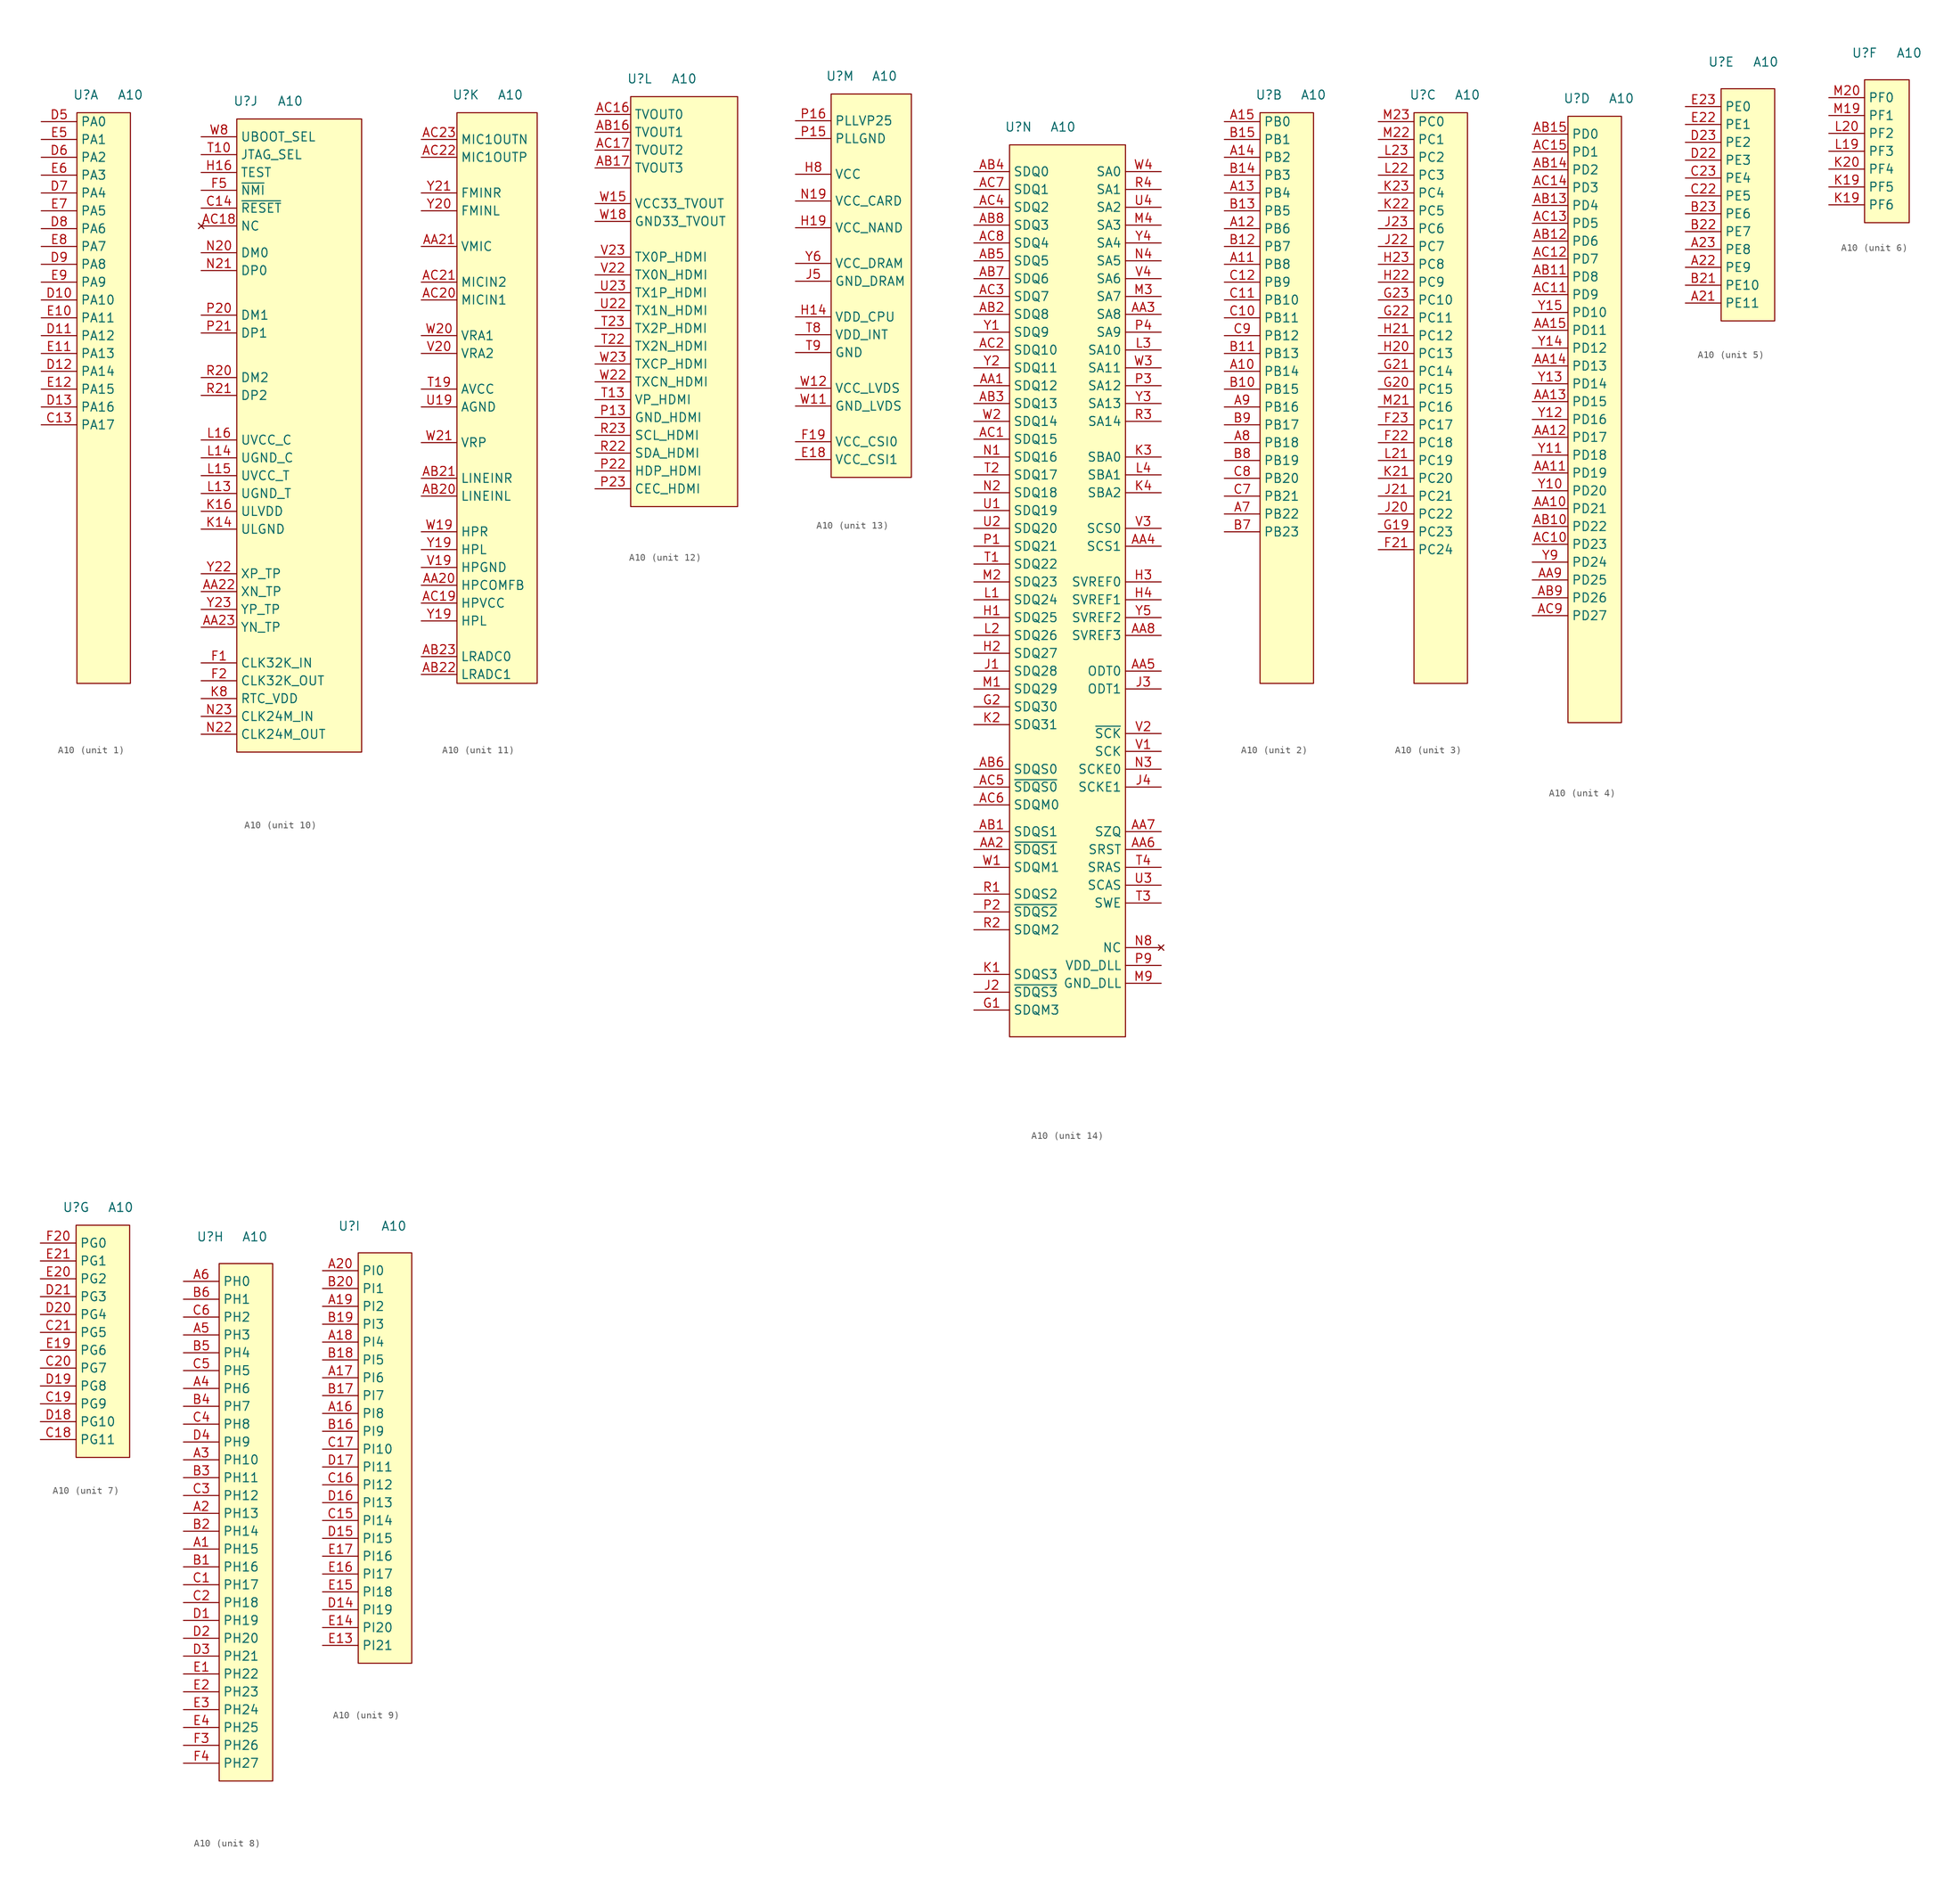
<source format=kicad_sym>
(kicad_symbol_lib
  (version 20211014)
  (generator kicad_symbol_editor)
  (symbol "A10"
    (property "Reference" "U"
      (at -2.54 2.54 0)
      (effects (font (size 1.27 1.27))))
    (property "Value" "A10"
      (at 3.81 2.54 0)
      (effects (font (size 1.27 1.27))))
    (property "ki_locked" ""
      (at 0 0 0)
      (effects (font (size 1.27 1.27))))
    (symbol "A10_1_0"
      (pin passive line (at -8.89 -44.45 0) (length 5.08) (name "PA17" (effects (font (size 1.27 1.27)))) (number "C13" (effects (font (size 1.27 1.27)))))
      (pin passive line (at -8.89 -26.67 0) (length 5.08) (name "PA10" (effects (font (size 1.27 1.27)))) (number "D10" (effects (font (size 1.27 1.27)))))
      (pin passive line (at -8.89 -31.75 0) (length 5.08) (name "PA12" (effects (font (size 1.27 1.27)))) (number "D11" (effects (font (size 1.27 1.27)))))
      (pin passive line (at -8.89 -36.83 0) (length 5.08) (name "PA14" (effects (font (size 1.27 1.27)))) (number "D12" (effects (font (size 1.27 1.27)))))
      (pin passive line (at -8.89 -41.91 0) (length 5.08) (name "PA16" (effects (font (size 1.27 1.27)))) (number "D13" (effects (font (size 1.27 1.27)))))
      (pin passive line (at -8.89 -1.27 0) (length 5.08) (name "PA0" (effects (font (size 1.27 1.27)))) (number "D5" (effects (font (size 1.27 1.27)))))
      (pin passive line (at -8.89 -6.35 0) (length 5.08) (name "PA2" (effects (font (size 1.27 1.27)))) (number "D6" (effects (font (size 1.27 1.27)))))
      (pin passive line (at -8.89 -11.43 0) (length 5.08) (name "PA4" (effects (font (size 1.27 1.27)))) (number "D7" (effects (font (size 1.27 1.27)))))
      (pin passive line (at -8.89 -16.51 0) (length 5.08) (name "PA6" (effects (font (size 1.27 1.27)))) (number "D8" (effects (font (size 1.27 1.27)))))
      (pin passive line (at -8.89 -21.59 0) (length 5.08) (name "PA8" (effects (font (size 1.27 1.27)))) (number "D9" (effects (font (size 1.27 1.27)))))
      (pin passive line (at -8.89 -29.21 0) (length 5.08) (name "PA11" (effects (font (size 1.27 1.27)))) (number "E10" (effects (font (size 1.27 1.27)))))
      (pin passive line (at -8.89 -34.29 0) (length 5.08) (name "PA13" (effects (font (size 1.27 1.27)))) (number "E11" (effects (font (size 1.27 1.27)))))
      (pin passive line (at -8.89 -39.37 0) (length 5.08) (name "PA15" (effects (font (size 1.27 1.27)))) (number "E12" (effects (font (size 1.27 1.27)))))
      (pin passive line (at -8.89 -3.81 0) (length 5.08) (name "PA1" (effects (font (size 1.27 1.27)))) (number "E5" (effects (font (size 1.27 1.27)))))
      (pin passive line (at -8.89 -8.89 0) (length 5.08) (name "PA3" (effects (font (size 1.27 1.27)))) (number "E6" (effects (font (size 1.27 1.27)))))
      (pin passive line (at -8.89 -13.97 0) (length 5.08) (name "PA5" (effects (font (size 1.27 1.27)))) (number "E7" (effects (font (size 1.27 1.27)))))
      (pin passive line (at -8.89 -19.05 0) (length 5.08) (name "PA7" (effects (font (size 1.27 1.27)))) (number "E8" (effects (font (size 1.27 1.27)))))
      (pin passive line (at -8.89 -24.13 0) (length 5.08) (name "PA9" (effects (font (size 1.27 1.27)))) (number "E9" (effects (font (size 1.27 1.27))))))
    (symbol "A10_1_1"
      (rectangle (start -3.81 0) (end 3.81 -81.28) (stroke (width 0.152) (type default) (color 0 0 0 0)) (fill (type background))))
    (symbol "A10_2_0"
      (pin passive line (at -8.89 -36.83 0) (length 5.08) (name "PB14" (effects (font (size 1.27 1.27)))) (number "A10" (effects (font (size 1.27 1.27)))))
      (pin passive line (at -8.89 -21.59 0) (length 5.08) (name "PB8" (effects (font (size 1.27 1.27)))) (number "A11" (effects (font (size 1.27 1.27)))))
      (pin passive line (at -8.89 -16.51 0) (length 5.08) (name "PB6" (effects (font (size 1.27 1.27)))) (number "A12" (effects (font (size 1.27 1.27)))))
      (pin passive line (at -8.89 -11.43 0) (length 5.08) (name "PB4" (effects (font (size 1.27 1.27)))) (number "A13" (effects (font (size 1.27 1.27)))))
      (pin passive line (at -8.89 -6.35 0) (length 5.08) (name "PB2" (effects (font (size 1.27 1.27)))) (number "A14" (effects (font (size 1.27 1.27)))))
      (pin passive line (at -8.89 -1.27 0) (length 5.08) (name "PB0" (effects (font (size 1.27 1.27)))) (number "A15" (effects (font (size 1.27 1.27)))))
      (pin passive line (at -8.89 -57.15 0) (length 5.08) (name "PB22" (effects (font (size 1.27 1.27)))) (number "A7" (effects (font (size 1.27 1.27)))))
      (pin passive line (at -8.89 -46.99 0) (length 5.08) (name "PB18" (effects (font (size 1.27 1.27)))) (number "A8" (effects (font (size 1.27 1.27)))))
      (pin passive line (at -8.89 -41.91 0) (length 5.08) (name "PB16" (effects (font (size 1.27 1.27)))) (number "A9" (effects (font (size 1.27 1.27)))))
      (pin passive line (at -8.89 -39.37 0) (length 5.08) (name "PB15" (effects (font (size 1.27 1.27)))) (number "B10" (effects (font (size 1.27 1.27)))))
      (pin passive line (at -8.89 -34.29 0) (length 5.08) (name "PB13" (effects (font (size 1.27 1.27)))) (number "B11" (effects (font (size 1.27 1.27)))))
      (pin passive line (at -8.89 -19.05 0) (length 5.08) (name "PB7" (effects (font (size 1.27 1.27)))) (number "B12" (effects (font (size 1.27 1.27)))))
      (pin passive line (at -8.89 -13.97 0) (length 5.08) (name "PB5" (effects (font (size 1.27 1.27)))) (number "B13" (effects (font (size 1.27 1.27)))))
      (pin passive line (at -8.89 -8.89 0) (length 5.08) (name "PB3" (effects (font (size 1.27 1.27)))) (number "B14" (effects (font (size 1.27 1.27)))))
      (pin passive line (at -8.89 -3.81 0) (length 5.08) (name "PB1" (effects (font (size 1.27 1.27)))) (number "B15" (effects (font (size 1.27 1.27)))))
      (pin passive line (at -8.89 -59.69 0) (length 5.08) (name "PB23" (effects (font (size 1.27 1.27)))) (number "B7" (effects (font (size 1.27 1.27)))))
      (pin passive line (at -8.89 -49.53 0) (length 5.08) (name "PB19" (effects (font (size 1.27 1.27)))) (number "B8" (effects (font (size 1.27 1.27)))))
      (pin passive line (at -8.89 -44.45 0) (length 5.08) (name "PB17" (effects (font (size 1.27 1.27)))) (number "B9" (effects (font (size 1.27 1.27)))))
      (pin passive line (at -8.89 -29.21 0) (length 5.08) (name "PB11" (effects (font (size 1.27 1.27)))) (number "C10" (effects (font (size 1.27 1.27)))))
      (pin passive line (at -8.89 -26.67 0) (length 5.08) (name "PB10" (effects (font (size 1.27 1.27)))) (number "C11" (effects (font (size 1.27 1.27)))))
      (pin passive line (at -8.89 -24.13 0) (length 5.08) (name "PB9" (effects (font (size 1.27 1.27)))) (number "C12" (effects (font (size 1.27 1.27)))))
      (pin passive line (at -8.89 -54.61 0) (length 5.08) (name "PB21" (effects (font (size 1.27 1.27)))) (number "C7" (effects (font (size 1.27 1.27)))))
      (pin passive line (at -8.89 -52.07 0) (length 5.08) (name "PB20" (effects (font (size 1.27 1.27)))) (number "C8" (effects (font (size 1.27 1.27)))))
      (pin passive line (at -8.89 -31.75 0) (length 5.08) (name "PB12" (effects (font (size 1.27 1.27)))) (number "C9" (effects (font (size 1.27 1.27))))))
    (symbol "A10_2_1"
      (rectangle (start -3.81 0) (end 3.81 -81.28) (stroke (width 0.152) (type default) (color 0 0 0 0)) (fill (type background))))
    (symbol "A10_3_0"
      (pin passive line (at -8.89 -62.23 0) (length 5.08) (name "PC24" (effects (font (size 1.27 1.27)))) (number "F21" (effects (font (size 1.27 1.27)))))
      (pin passive line (at -8.89 -46.99 0) (length 5.08) (name "PC18" (effects (font (size 1.27 1.27)))) (number "F22" (effects (font (size 1.27 1.27)))))
      (pin passive line (at -8.89 -44.45 0) (length 5.08) (name "PC17" (effects (font (size 1.27 1.27)))) (number "F23" (effects (font (size 1.27 1.27)))))
      (pin passive line (at -8.89 -59.69 0) (length 5.08) (name "PC23" (effects (font (size 1.27 1.27)))) (number "G19" (effects (font (size 1.27 1.27)))))
      (pin passive line (at -8.89 -39.37 0) (length 5.08) (name "PC15" (effects (font (size 1.27 1.27)))) (number "G20" (effects (font (size 1.27 1.27)))))
      (pin passive line (at -8.89 -36.83 0) (length 5.08) (name "PC14" (effects (font (size 1.27 1.27)))) (number "G21" (effects (font (size 1.27 1.27)))))
      (pin passive line (at -8.89 -29.21 0) (length 5.08) (name "PC11" (effects (font (size 1.27 1.27)))) (number "G22" (effects (font (size 1.27 1.27)))))
      (pin passive line (at -8.89 -26.67 0) (length 5.08) (name "PC10" (effects (font (size 1.27 1.27)))) (number "G23" (effects (font (size 1.27 1.27)))))
      (pin passive line (at -8.89 -34.29 0) (length 5.08) (name "PC13" (effects (font (size 1.27 1.27)))) (number "H20" (effects (font (size 1.27 1.27)))))
      (pin passive line (at -8.89 -31.75 0) (length 5.08) (name "PC12" (effects (font (size 1.27 1.27)))) (number "H21" (effects (font (size 1.27 1.27)))))
      (pin passive line (at -8.89 -24.13 0) (length 5.08) (name "PC9" (effects (font (size 1.27 1.27)))) (number "H22" (effects (font (size 1.27 1.27)))))
      (pin passive line (at -8.89 -21.59 0) (length 5.08) (name "PC8" (effects (font (size 1.27 1.27)))) (number "H23" (effects (font (size 1.27 1.27)))))
      (pin passive line (at -8.89 -57.15 0) (length 5.08) (name "PC22" (effects (font (size 1.27 1.27)))) (number "J20" (effects (font (size 1.27 1.27)))))
      (pin passive line (at -8.89 -54.61 0) (length 5.08) (name "PC21" (effects (font (size 1.27 1.27)))) (number "J21" (effects (font (size 1.27 1.27)))))
      (pin passive line (at -8.89 -19.05 0) (length 5.08) (name "PC7" (effects (font (size 1.27 1.27)))) (number "J22" (effects (font (size 1.27 1.27)))))
      (pin passive line (at -8.89 -16.51 0) (length 5.08) (name "PC6" (effects (font (size 1.27 1.27)))) (number "J23" (effects (font (size 1.27 1.27)))))
      (pin passive line (at -8.89 -52.07 0) (length 5.08) (name "PC20" (effects (font (size 1.27 1.27)))) (number "K21" (effects (font (size 1.27 1.27)))))
      (pin passive line (at -8.89 -13.97 0) (length 5.08) (name "PC5" (effects (font (size 1.27 1.27)))) (number "K22" (effects (font (size 1.27 1.27)))))
      (pin passive line (at -8.89 -11.43 0) (length 5.08) (name "PC4" (effects (font (size 1.27 1.27)))) (number "K23" (effects (font (size 1.27 1.27)))))
      (pin passive line (at -8.89 -49.53 0) (length 5.08) (name "PC19" (effects (font (size 1.27 1.27)))) (number "L21" (effects (font (size 1.27 1.27)))))
      (pin passive line (at -8.89 -8.89 0) (length 5.08) (name "PC3" (effects (font (size 1.27 1.27)))) (number "L22" (effects (font (size 1.27 1.27)))))
      (pin passive line (at -8.89 -6.35 0) (length 5.08) (name "PC2" (effects (font (size 1.27 1.27)))) (number "L23" (effects (font (size 1.27 1.27)))))
      (pin passive line (at -8.89 -41.91 0) (length 5.08) (name "PC16" (effects (font (size 1.27 1.27)))) (number "M21" (effects (font (size 1.27 1.27)))))
      (pin passive line (at -8.89 -3.81 0) (length 5.08) (name "PC1" (effects (font (size 1.27 1.27)))) (number "M22" (effects (font (size 1.27 1.27)))))
      (pin passive line (at -8.89 -1.27 0) (length 5.08) (name "PC0" (effects (font (size 1.27 1.27)))) (number "M23" (effects (font (size 1.27 1.27))))))
    (symbol "A10_3_1"
      (rectangle (start -3.81 0) (end 3.81 -81.28) (stroke (width 0.152) (type default) (color 0 0 0 0)) (fill (type background))))
    (symbol "A10_4_0"
      (pin passive line (at -8.89 -55.88 0) (length 5.08) (name "PD21" (effects (font (size 1.27 1.27)))) (number "AA10" (effects (font (size 1.27 1.27)))))
      (pin passive line (at -8.89 -50.8 0) (length 5.08) (name "PD19" (effects (font (size 1.27 1.27)))) (number "AA11" (effects (font (size 1.27 1.27)))))
      (pin passive line (at -8.89 -45.72 0) (length 5.08) (name "PD17" (effects (font (size 1.27 1.27)))) (number "AA12" (effects (font (size 1.27 1.27)))))
      (pin passive line (at -8.89 -40.64 0) (length 5.08) (name "PD15" (effects (font (size 1.27 1.27)))) (number "AA13" (effects (font (size 1.27 1.27)))))
      (pin passive line (at -8.89 -35.56 0) (length 5.08) (name "PD13" (effects (font (size 1.27 1.27)))) (number "AA14" (effects (font (size 1.27 1.27)))))
      (pin passive line (at -8.89 -30.48 0) (length 5.08) (name "PD11" (effects (font (size 1.27 1.27)))) (number "AA15" (effects (font (size 1.27 1.27)))))
      (pin passive line (at -8.89 -66.04 0) (length 5.08) (name "PD25" (effects (font (size 1.27 1.27)))) (number "AA9" (effects (font (size 1.27 1.27)))))
      (pin passive line (at -8.89 -58.42 0) (length 5.08) (name "PD22" (effects (font (size 1.27 1.27)))) (number "AB10" (effects (font (size 1.27 1.27)))))
      (pin passive line (at -8.89 -22.86 0) (length 5.08) (name "PD8" (effects (font (size 1.27 1.27)))) (number "AB11" (effects (font (size 1.27 1.27)))))
      (pin passive line (at -8.89 -17.78 0) (length 5.08) (name "PD6" (effects (font (size 1.27 1.27)))) (number "AB12" (effects (font (size 1.27 1.27)))))
      (pin passive line (at -8.89 -12.7 0) (length 5.08) (name "PD4" (effects (font (size 1.27 1.27)))) (number "AB13" (effects (font (size 1.27 1.27)))))
      (pin passive line (at -8.89 -7.62 0) (length 5.08) (name "PD2" (effects (font (size 1.27 1.27)))) (number "AB14" (effects (font (size 1.27 1.27)))))
      (pin passive line (at -8.89 -2.54 0) (length 5.08) (name "PD0" (effects (font (size 1.27 1.27)))) (number "AB15" (effects (font (size 1.27 1.27)))))
      (pin passive line (at -8.89 -68.58 0) (length 5.08) (name "PD26" (effects (font (size 1.27 1.27)))) (number "AB9" (effects (font (size 1.27 1.27)))))
      (pin passive line (at -8.89 -60.96 0) (length 5.08) (name "PD23" (effects (font (size 1.27 1.27)))) (number "AC10" (effects (font (size 1.27 1.27)))))
      (pin passive line (at -8.89 -25.4 0) (length 5.08) (name "PD9" (effects (font (size 1.27 1.27)))) (number "AC11" (effects (font (size 1.27 1.27)))))
      (pin passive line (at -8.89 -20.32 0) (length 5.08) (name "PD7" (effects (font (size 1.27 1.27)))) (number "AC12" (effects (font (size 1.27 1.27)))))
      (pin passive line (at -8.89 -15.24 0) (length 5.08) (name "PD5" (effects (font (size 1.27 1.27)))) (number "AC13" (effects (font (size 1.27 1.27)))))
      (pin passive line (at -8.89 -10.16 0) (length 5.08) (name "PD3" (effects (font (size 1.27 1.27)))) (number "AC14" (effects (font (size 1.27 1.27)))))
      (pin passive line (at -8.89 -5.08 0) (length 5.08) (name "PD1" (effects (font (size 1.27 1.27)))) (number "AC15" (effects (font (size 1.27 1.27)))))
      (pin passive line (at -8.89 -71.12 0) (length 5.08) (name "PD27" (effects (font (size 1.27 1.27)))) (number "AC9" (effects (font (size 1.27 1.27)))))
      (pin passive line (at -8.89 -53.34 0) (length 5.08) (name "PD20" (effects (font (size 1.27 1.27)))) (number "Y10" (effects (font (size 1.27 1.27)))))
      (pin passive line (at -8.89 -48.26 0) (length 5.08) (name "PD18" (effects (font (size 1.27 1.27)))) (number "Y11" (effects (font (size 1.27 1.27)))))
      (pin passive line (at -8.89 -43.18 0) (length 5.08) (name "PD16" (effects (font (size 1.27 1.27)))) (number "Y12" (effects (font (size 1.27 1.27)))))
      (pin passive line (at -8.89 -38.1 0) (length 5.08) (name "PD14" (effects (font (size 1.27 1.27)))) (number "Y13" (effects (font (size 1.27 1.27)))))
      (pin passive line (at -8.89 -33.02 0) (length 5.08) (name "PD12" (effects (font (size 1.27 1.27)))) (number "Y14" (effects (font (size 1.27 1.27)))))
      (pin passive line (at -8.89 -27.94 0) (length 5.08) (name "PD10" (effects (font (size 1.27 1.27)))) (number "Y15" (effects (font (size 1.27 1.27)))))
      (pin passive line (at -8.89 -63.5 0) (length 5.08) (name "PD24" (effects (font (size 1.27 1.27)))) (number "Y9" (effects (font (size 1.27 1.27))))))
    (symbol "A10_4_1"
      (rectangle (start -3.81 0) (end 3.81 -86.36) (stroke (width 0.152) (type default) (color 0 0 0 0)) (fill (type background))))
    (symbol "A10_5_0"
      (pin passive line (at -7.62 -31.75 0) (length 5.08) (name "PE11" (effects (font (size 1.27 1.27)))) (number "A21" (effects (font (size 1.27 1.27)))))
      (pin passive line (at -7.62 -26.67 0) (length 5.08) (name "PE9" (effects (font (size 1.27 1.27)))) (number "A22" (effects (font (size 1.27 1.27)))))
      (pin passive line (at -7.62 -24.13 0) (length 5.08) (name "PE8" (effects (font (size 1.27 1.27)))) (number "A23" (effects (font (size 1.27 1.27)))))
      (pin passive line (at -7.62 -29.21 0) (length 5.08) (name "PE10" (effects (font (size 1.27 1.27)))) (number "B21" (effects (font (size 1.27 1.27)))))
      (pin passive line (at -7.62 -21.59 0) (length 5.08) (name "PE7" (effects (font (size 1.27 1.27)))) (number "B22" (effects (font (size 1.27 1.27)))))
      (pin passive line (at -7.62 -19.05 0) (length 5.08) (name "PE6" (effects (font (size 1.27 1.27)))) (number "B23" (effects (font (size 1.27 1.27)))))
      (pin passive line (at -7.62 -16.51 0) (length 5.08) (name "PE5" (effects (font (size 1.27 1.27)))) (number "C22" (effects (font (size 1.27 1.27)))))
      (pin passive line (at -7.62 -13.97 0) (length 5.08) (name "PE4" (effects (font (size 1.27 1.27)))) (number "C23" (effects (font (size 1.27 1.27)))))
      (pin passive line (at -7.62 -11.43 0) (length 5.08) (name "PE3" (effects (font (size 1.27 1.27)))) (number "D22" (effects (font (size 1.27 1.27)))))
      (pin passive line (at -7.62 -8.89 0) (length 5.08) (name "PE2" (effects (font (size 1.27 1.27)))) (number "D23" (effects (font (size 1.27 1.27)))))
      (pin passive line (at -7.62 -6.35 0) (length 5.08) (name "PE1" (effects (font (size 1.27 1.27)))) (number "E22" (effects (font (size 1.27 1.27)))))
      (pin passive line (at -7.62 -3.81 0) (length 5.08) (name "PE0" (effects (font (size 1.27 1.27)))) (number "E23" (effects (font (size 1.27 1.27))))))
    (symbol "A10_5_1"
      (rectangle (start -2.54 -1.27) (end 5.08 -34.29) (stroke (width 0.152) (type default) (color 0 0 0 0)) (fill (type background))))
    (symbol "A10_6_0"
      (pin passive line (at -7.62 -16.51 0) (length 5.08) (name "PF5" (effects (font (size 1.27 1.27)))) (number "K19" (effects (font (size 1.27 1.27)))))
      (pin passive line (at -7.62 -19.05 0) (length 5.08) (name "PF6" (effects (font (size 1.27 1.27)))) (number "K19" (effects (font (size 1.27 1.27)))))
      (pin passive line (at -7.62 -13.97 0) (length 5.08) (name "PF4" (effects (font (size 1.27 1.27)))) (number "K20" (effects (font (size 1.27 1.27)))))
      (pin passive line (at -7.62 -11.43 0) (length 5.08) (name "PF3" (effects (font (size 1.27 1.27)))) (number "L19" (effects (font (size 1.27 1.27)))))
      (pin passive line (at -7.62 -8.89 0) (length 5.08) (name "PF2" (effects (font (size 1.27 1.27)))) (number "L20" (effects (font (size 1.27 1.27)))))
      (pin passive line (at -7.62 -6.35 0) (length 5.08) (name "PF1" (effects (font (size 1.27 1.27)))) (number "M19" (effects (font (size 1.27 1.27)))))
      (pin passive line (at -7.62 -3.81 0) (length 5.08) (name "PF0" (effects (font (size 1.27 1.27)))) (number "M20" (effects (font (size 1.27 1.27))))))
    (symbol "A10_6_1"
      (rectangle (start -2.54 -1.27) (end 3.81 -21.59) (stroke (width 0.152) (type default) (color 0 0 0 0)) (fill (type background))))
    (symbol "A10_7_0"
      (pin passive line (at -7.62 -30.48 0) (length 5.08) (name "PG11" (effects (font (size 1.27 1.27)))) (number "C18" (effects (font (size 1.27 1.27)))))
      (pin passive line (at -7.62 -25.4 0) (length 5.08) (name "PG9" (effects (font (size 1.27 1.27)))) (number "C19" (effects (font (size 1.27 1.27)))))
      (pin passive line (at -7.62 -20.32 0) (length 5.08) (name "PG7" (effects (font (size 1.27 1.27)))) (number "C20" (effects (font (size 1.27 1.27)))))
      (pin passive line (at -7.62 -15.24 0) (length 5.08) (name "PG5" (effects (font (size 1.27 1.27)))) (number "C21" (effects (font (size 1.27 1.27)))))
      (pin passive line (at -7.62 -27.94 0) (length 5.08) (name "PG10" (effects (font (size 1.27 1.27)))) (number "D18" (effects (font (size 1.27 1.27)))))
      (pin passive line (at -7.62 -22.86 0) (length 5.08) (name "PG8" (effects (font (size 1.27 1.27)))) (number "D19" (effects (font (size 1.27 1.27)))))
      (pin passive line (at -7.62 -12.7 0) (length 5.08) (name "PG4" (effects (font (size 1.27 1.27)))) (number "D20" (effects (font (size 1.27 1.27)))))
      (pin passive line (at -7.62 -10.16 0) (length 5.08) (name "PG3" (effects (font (size 1.27 1.27)))) (number "D21" (effects (font (size 1.27 1.27)))))
      (pin passive line (at -7.62 -17.78 0) (length 5.08) (name "PG6" (effects (font (size 1.27 1.27)))) (number "E19" (effects (font (size 1.27 1.27)))))
      (pin passive line (at -7.62 -7.62 0) (length 5.08) (name "PG2" (effects (font (size 1.27 1.27)))) (number "E20" (effects (font (size 1.27 1.27)))))
      (pin passive line (at -7.62 -5.08 0) (length 5.08) (name "PG1" (effects (font (size 1.27 1.27)))) (number "E21" (effects (font (size 1.27 1.27)))))
      (pin passive line (at -7.62 -2.54 0) (length 5.08) (name "PG0" (effects (font (size 1.27 1.27)))) (number "F20" (effects (font (size 1.27 1.27))))))
    (symbol "A10_7_1"
      (rectangle (start -2.54 0) (end 5.08 -33.02) (stroke (width 0.152) (type default) (color 0 0 0 0)) (fill (type background))))
    (symbol "A10_8_0"
      (pin passive line (at -6.35 -41.91 0) (length 5.08) (name "PH15" (effects (font (size 1.27 1.27)))) (number "A1" (effects (font (size 1.27 1.27)))))
      (pin passive line (at -6.35 -36.83 0) (length 5.08) (name "PH13" (effects (font (size 1.27 1.27)))) (number "A2" (effects (font (size 1.27 1.27)))))
      (pin passive line (at -6.35 -29.21 0) (length 5.08) (name "PH10" (effects (font (size 1.27 1.27)))) (number "A3" (effects (font (size 1.27 1.27)))))
      (pin passive line (at -6.35 -19.05 0) (length 5.08) (name "PH6" (effects (font (size 1.27 1.27)))) (number "A4" (effects (font (size 1.27 1.27)))))
      (pin passive line (at -6.35 -11.43 0) (length 5.08) (name "PH3" (effects (font (size 1.27 1.27)))) (number "A5" (effects (font (size 1.27 1.27)))))
      (pin passive line (at -6.35 -3.81 0) (length 5.08) (name "PH0" (effects (font (size 1.27 1.27)))) (number "A6" (effects (font (size 1.27 1.27)))))
      (pin passive line (at -6.35 -44.45 0) (length 5.08) (name "PH16" (effects (font (size 1.27 1.27)))) (number "B1" (effects (font (size 1.27 1.27)))))
      (pin passive line (at -6.35 -39.37 0) (length 5.08) (name "PH14" (effects (font (size 1.27 1.27)))) (number "B2" (effects (font (size 1.27 1.27)))))
      (pin passive line (at -6.35 -31.75 0) (length 5.08) (name "PH11" (effects (font (size 1.27 1.27)))) (number "B3" (effects (font (size 1.27 1.27)))))
      (pin passive line (at -6.35 -21.59 0) (length 5.08) (name "PH7" (effects (font (size 1.27 1.27)))) (number "B4" (effects (font (size 1.27 1.27)))))
      (pin passive line (at -6.35 -13.97 0) (length 5.08) (name "PH4" (effects (font (size 1.27 1.27)))) (number "B5" (effects (font (size 1.27 1.27)))))
      (pin passive line (at -6.35 -6.35 0) (length 5.08) (name "PH1" (effects (font (size 1.27 1.27)))) (number "B6" (effects (font (size 1.27 1.27)))))
      (pin passive line (at -6.35 -46.99 0) (length 5.08) (name "PH17" (effects (font (size 1.27 1.27)))) (number "C1" (effects (font (size 1.27 1.27)))))
      (pin passive line (at -6.35 -49.53 0) (length 5.08) (name "PH18" (effects (font (size 1.27 1.27)))) (number "C2" (effects (font (size 1.27 1.27)))))
      (pin passive line (at -6.35 -34.29 0) (length 5.08) (name "PH12" (effects (font (size 1.27 1.27)))) (number "C3" (effects (font (size 1.27 1.27)))))
      (pin passive line (at -6.35 -24.13 0) (length 5.08) (name "PH8" (effects (font (size 1.27 1.27)))) (number "C4" (effects (font (size 1.27 1.27)))))
      (pin passive line (at -6.35 -16.51 0) (length 5.08) (name "PH5" (effects (font (size 1.27 1.27)))) (number "C5" (effects (font (size 1.27 1.27)))))
      (pin passive line (at -6.35 -8.89 0) (length 5.08) (name "PH2" (effects (font (size 1.27 1.27)))) (number "C6" (effects (font (size 1.27 1.27)))))
      (pin passive line (at -6.35 -52.07 0) (length 5.08) (name "PH19" (effects (font (size 1.27 1.27)))) (number "D1" (effects (font (size 1.27 1.27)))))
      (pin passive line (at -6.35 -54.61 0) (length 5.08) (name "PH20" (effects (font (size 1.27 1.27)))) (number "D2" (effects (font (size 1.27 1.27)))))
      (pin passive line (at -6.35 -57.15 0) (length 5.08) (name "PH21" (effects (font (size 1.27 1.27)))) (number "D3" (effects (font (size 1.27 1.27)))))
      (pin passive line (at -6.35 -26.67 0) (length 5.08) (name "PH9" (effects (font (size 1.27 1.27)))) (number "D4" (effects (font (size 1.27 1.27)))))
      (pin passive line (at -6.35 -59.69 0) (length 5.08) (name "PH22" (effects (font (size 1.27 1.27)))) (number "E1" (effects (font (size 1.27 1.27)))))
      (pin passive line (at -6.35 -62.23 0) (length 5.08) (name "PH23" (effects (font (size 1.27 1.27)))) (number "E2" (effects (font (size 1.27 1.27)))))
      (pin passive line (at -6.35 -64.77 0) (length 5.08) (name "PH24" (effects (font (size 1.27 1.27)))) (number "E3" (effects (font (size 1.27 1.27)))))
      (pin passive line (at -6.35 -67.31 0) (length 5.08) (name "PH25" (effects (font (size 1.27 1.27)))) (number "E4" (effects (font (size 1.27 1.27)))))
      (pin passive line (at -6.35 -69.85 0) (length 5.08) (name "PH26" (effects (font (size 1.27 1.27)))) (number "F3" (effects (font (size 1.27 1.27)))))
      (pin passive line (at -6.35 -72.39 0) (length 5.08) (name "PH27" (effects (font (size 1.27 1.27)))) (number "F4" (effects (font (size 1.27 1.27))))))
    (symbol "A10_8_1"
      (rectangle (start -1.27 -1.27) (end 6.35 -74.93) (stroke (width 0.152) (type default) (color 0 0 0 0)) (fill (type background))))
    (symbol "A10_9_0"
      (pin passive line (at -6.35 -24.13 0) (length 5.08) (name "PI8" (effects (font (size 1.27 1.27)))) (number "A16" (effects (font (size 1.27 1.27)))))
      (pin passive line (at -6.35 -19.05 0) (length 5.08) (name "PI6" (effects (font (size 1.27 1.27)))) (number "A17" (effects (font (size 1.27 1.27)))))
      (pin passive line (at -6.35 -13.97 0) (length 5.08) (name "PI4" (effects (font (size 1.27 1.27)))) (number "A18" (effects (font (size 1.27 1.27)))))
      (pin passive line (at -6.35 -8.89 0) (length 5.08) (name "PI2" (effects (font (size 1.27 1.27)))) (number "A19" (effects (font (size 1.27 1.27)))))
      (pin passive line (at -6.35 -3.81 0) (length 5.08) (name "PI0" (effects (font (size 1.27 1.27)))) (number "A20" (effects (font (size 1.27 1.27)))))
      (pin passive line (at -6.35 -26.67 0) (length 5.08) (name "PI9" (effects (font (size 1.27 1.27)))) (number "B16" (effects (font (size 1.27 1.27)))))
      (pin passive line (at -6.35 -21.59 0) (length 5.08) (name "PI7" (effects (font (size 1.27 1.27)))) (number "B17" (effects (font (size 1.27 1.27)))))
      (pin passive line (at -6.35 -16.51 0) (length 5.08) (name "PI5" (effects (font (size 1.27 1.27)))) (number "B18" (effects (font (size 1.27 1.27)))))
      (pin passive line (at -6.35 -11.43 0) (length 5.08) (name "PI3" (effects (font (size 1.27 1.27)))) (number "B19" (effects (font (size 1.27 1.27)))))
      (pin passive line (at -6.35 -6.35 0) (length 5.08) (name "PI1" (effects (font (size 1.27 1.27)))) (number "B20" (effects (font (size 1.27 1.27)))))
      (pin passive line (at -6.35 -39.37 0) (length 5.08) (name "PI14" (effects (font (size 1.27 1.27)))) (number "C15" (effects (font (size 1.27 1.27)))))
      (pin passive line (at -6.35 -34.29 0) (length 5.08) (name "PI12" (effects (font (size 1.27 1.27)))) (number "C16" (effects (font (size 1.27 1.27)))))
      (pin passive line (at -6.35 -29.21 0) (length 5.08) (name "PI10" (effects (font (size 1.27 1.27)))) (number "C17" (effects (font (size 1.27 1.27)))))
      (pin passive line (at -6.35 -52.07 0) (length 5.08) (name "PI19" (effects (font (size 1.27 1.27)))) (number "D14" (effects (font (size 1.27 1.27)))))
      (pin passive line (at -6.35 -41.91 0) (length 5.08) (name "PI15" (effects (font (size 1.27 1.27)))) (number "D15" (effects (font (size 1.27 1.27)))))
      (pin passive line (at -6.35 -36.83 0) (length 5.08) (name "PI13" (effects (font (size 1.27 1.27)))) (number "D16" (effects (font (size 1.27 1.27)))))
      (pin passive line (at -6.35 -31.75 0) (length 5.08) (name "PI11" (effects (font (size 1.27 1.27)))) (number "D17" (effects (font (size 1.27 1.27)))))
      (pin passive line (at -6.35 -57.15 0) (length 5.08) (name "PI21" (effects (font (size 1.27 1.27)))) (number "E13" (effects (font (size 1.27 1.27)))))
      (pin passive line (at -6.35 -54.61 0) (length 5.08) (name "PI20" (effects (font (size 1.27 1.27)))) (number "E14" (effects (font (size 1.27 1.27)))))
      (pin passive line (at -6.35 -49.53 0) (length 5.08) (name "PI18" (effects (font (size 1.27 1.27)))) (number "E15" (effects (font (size 1.27 1.27)))))
      (pin passive line (at -6.35 -46.99 0) (length 5.08) (name "PI17" (effects (font (size 1.27 1.27)))) (number "E16" (effects (font (size 1.27 1.27)))))
      (pin passive line (at -6.35 -44.45 0) (length 5.08) (name "PI16" (effects (font (size 1.27 1.27)))) (number "E17" (effects (font (size 1.27 1.27))))))
    (symbol "A10_9_1"
      (rectangle (start -1.27 -1.27) (end 6.35 -59.69) (stroke (width 0.152) (type default) (color 0 0 0 0)) (fill (type background))))
    (symbol "A10_10_0"
      (pin no_connect line (at -8.89 -15.24 0) (length 5.08) hide (name "NC" (effects (font (size 1.27 1.27)))) (number "AA16" (effects (font (size 1.27 1.27)))))
      (pin no_connect line (at -8.89 -15.24 0) (length 5.08) hide (name "NC" (effects (font (size 1.27 1.27)))) (number "AA17" (effects (font (size 1.27 1.27)))))
      (pin no_connect line (at -8.89 -15.24 0) (length 5.08) hide (name "NC" (effects (font (size 1.27 1.27)))) (number "AA18" (effects (font (size 1.27 1.27)))))
      (pin passive line (at -8.89 -67.31 0) (length 5.08) (name "XN_TP" (effects (font (size 1.27 1.27)))) (number "AA22" (effects (font (size 1.27 1.27)))))
      (pin passive line (at -8.89 -72.39 0) (length 5.08) (name "YN_TP" (effects (font (size 1.27 1.27)))) (number "AA23" (effects (font (size 1.27 1.27)))))
      (pin no_connect line (at -8.89 -15.24 0) (length 5.08) hide (name "NC" (effects (font (size 1.27 1.27)))) (number "AB18" (effects (font (size 1.27 1.27)))))
      (pin no_connect line (at -8.89 -15.24 0) (length 5.08) (name "NC" (effects (font (size 1.27 1.27)))) (number "AC18" (effects (font (size 1.27 1.27)))))
      (pin passive line (at -8.89 -12.7 0) (length 5.08) (name "~{RESET}" (effects (font (size 1.27 1.27)))) (number "C14" (effects (font (size 1.27 1.27)))))
      (pin passive line (at -8.89 -77.47 0) (length 5.08) (name "CLK32K_IN" (effects (font (size 1.27 1.27)))) (number "F1" (effects (font (size 1.27 1.27)))))
      (pin passive line (at -8.89 -80.01 0) (length 5.08) (name "CLK32K_OUT" (effects (font (size 1.27 1.27)))) (number "F2" (effects (font (size 1.27 1.27)))))
      (pin passive line (at -8.89 -10.16 0) (length 5.08) (name "~{NMI}" (effects (font (size 1.27 1.27)))) (number "F5" (effects (font (size 1.27 1.27)))))
      (pin passive line (at -8.89 -7.62 0) (length 5.08) (name "TEST" (effects (font (size 1.27 1.27)))) (number "H16" (effects (font (size 1.27 1.27)))))
      (pin passive line (at -8.89 -58.42 0) (length 5.08) (name "ULGND" (effects (font (size 1.27 1.27)))) (number "K14" (effects (font (size 1.27 1.27)))))
      (pin passive line (at -8.89 -55.88 0) (length 5.08) (name "ULVDD" (effects (font (size 1.27 1.27)))) (number "K16" (effects (font (size 1.27 1.27)))))
      (pin passive line (at -8.89 -82.55 0) (length 5.08) (name "RTC_VDD" (effects (font (size 1.27 1.27)))) (number "K8" (effects (font (size 1.27 1.27)))))
      (pin passive line (at -8.89 -53.34 0) (length 5.08) (name "UGND_T" (effects (font (size 1.27 1.27)))) (number "L13" (effects (font (size 1.27 1.27)))))
      (pin passive line (at -8.89 -48.26 0) (length 5.08) (name "UGND_C" (effects (font (size 1.27 1.27)))) (number "L14" (effects (font (size 1.27 1.27)))))
      (pin passive line (at -8.89 -50.8 0) (length 5.08) (name "UVCC_T" (effects (font (size 1.27 1.27)))) (number "L15" (effects (font (size 1.27 1.27)))))
      (pin passive line (at -8.89 -45.72 0) (length 5.08) (name "UVCC_C" (effects (font (size 1.27 1.27)))) (number "L16" (effects (font (size 1.27 1.27)))))
      (pin no_connect line (at -8.89 -15.24 0) (length 5.08) hide (name "NC" (effects (font (size 1.27 1.27)))) (number "M14" (effects (font (size 1.27 1.27)))))
      (pin no_connect line (at -8.89 -15.24 0) (length 5.08) hide (name "NC" (effects (font (size 1.27 1.27)))) (number "M15" (effects (font (size 1.27 1.27)))))
      (pin no_connect line (at -8.89 -15.24 0) (length 5.08) hide (name "NC" (effects (font (size 1.27 1.27)))) (number "M16" (effects (font (size 1.27 1.27)))))
      (pin no_connect line (at -8.89 -15.24 0) (length 5.08) hide (name "NC" (effects (font (size 1.27 1.27)))) (number "N13" (effects (font (size 1.27 1.27)))))
      (pin no_connect line (at -8.89 -15.24 0) (length 5.08) hide (name "NC" (effects (font (size 1.27 1.27)))) (number "N15" (effects (font (size 1.27 1.27)))))
      (pin no_connect line (at -8.89 -15.24 0) (length 5.08) hide (name "NC" (effects (font (size 1.27 1.27)))) (number "N16" (effects (font (size 1.27 1.27)))))
      (pin passive line (at -8.89 -19.05 0) (length 5.08) (name "DM0" (effects (font (size 1.27 1.27)))) (number "N20" (effects (font (size 1.27 1.27)))))
      (pin passive line (at -8.89 -21.59 0) (length 5.08) (name "DP0" (effects (font (size 1.27 1.27)))) (number "N21" (effects (font (size 1.27 1.27)))))
      (pin passive line (at -8.89 -87.63 0) (length 5.08) (name "CLK24M_OUT" (effects (font (size 1.27 1.27)))) (number "N22" (effects (font (size 1.27 1.27)))))
      (pin passive line (at -8.89 -85.09 0) (length 5.08) (name "CLK24M_IN" (effects (font (size 1.27 1.27)))) (number "N23" (effects (font (size 1.27 1.27)))))
      (pin no_connect line (at -8.89 -15.24 0) (length 5.08) hide (name "NC" (effects (font (size 1.27 1.27)))) (number "P19" (effects (font (size 1.27 1.27)))))
      (pin passive line (at -8.89 -27.94 0) (length 5.08) (name "DM1" (effects (font (size 1.27 1.27)))) (number "P20" (effects (font (size 1.27 1.27)))))
      (pin passive line (at -8.89 -30.48 0) (length 5.08) (name "DP1" (effects (font (size 1.27 1.27)))) (number "P21" (effects (font (size 1.27 1.27)))))
      (pin no_connect line (at -8.89 -15.24 0) (length 5.08) hide (name "NC" (effects (font (size 1.27 1.27)))) (number "R14" (effects (font (size 1.27 1.27)))))
      (pin no_connect line (at -8.89 -15.24 0) (length 5.08) hide (name "NC" (effects (font (size 1.27 1.27)))) (number "R15" (effects (font (size 1.27 1.27)))))
      (pin no_connect line (at -8.89 -15.24 0) (length 5.08) hide (name "NC" (effects (font (size 1.27 1.27)))) (number "R16" (effects (font (size 1.27 1.27)))))
      (pin no_connect line (at -8.89 -15.24 0) (length 5.08) hide (name "NC" (effects (font (size 1.27 1.27)))) (number "R19" (effects (font (size 1.27 1.27)))))
      (pin passive line (at -8.89 -36.83 0) (length 5.08) (name "DM2" (effects (font (size 1.27 1.27)))) (number "R20" (effects (font (size 1.27 1.27)))))
      (pin passive line (at -8.89 -39.37 0) (length 5.08) (name "DP2" (effects (font (size 1.27 1.27)))) (number "R21" (effects (font (size 1.27 1.27)))))
      (pin passive line (at -8.89 -5.08 0) (length 5.08) (name "JTAG_SEL" (effects (font (size 1.27 1.27)))) (number "T10" (effects (font (size 1.27 1.27)))))
      (pin no_connect line (at -8.89 -15.24 0) (length 5.08) hide (name "NC" (effects (font (size 1.27 1.27)))) (number "T14" (effects (font (size 1.27 1.27)))))
      (pin no_connect line (at -8.89 -15.24 0) (length 5.08) hide (name "NC" (effects (font (size 1.27 1.27)))) (number "T15" (effects (font (size 1.27 1.27)))))
      (pin no_connect line (at -8.89 -15.24 0) (length 5.08) hide (name "NC" (effects (font (size 1.27 1.27)))) (number "T16" (effects (font (size 1.27 1.27)))))
      (pin no_connect line (at -8.89 -15.24 0) (length 5.08) hide (name "NC" (effects (font (size 1.27 1.27)))) (number "T20" (effects (font (size 1.27 1.27)))))
      (pin no_connect line (at -8.89 -15.24 0) (length 5.08) hide (name "NC" (effects (font (size 1.27 1.27)))) (number "T21" (effects (font (size 1.27 1.27)))))
      (pin no_connect line (at -8.89 -15.24 0) (length 5.08) hide (name "NC" (effects (font (size 1.27 1.27)))) (number "U20" (effects (font (size 1.27 1.27)))))
      (pin no_connect line (at -8.89 -15.24 0) (length 5.08) hide (name "NC" (effects (font (size 1.27 1.27)))) (number "U21" (effects (font (size 1.27 1.27)))))
      (pin no_connect line (at -8.89 -15.24 0) (length 5.08) hide (name "NC" (effects (font (size 1.27 1.27)))) (number "V21" (effects (font (size 1.27 1.27)))))
      (pin no_connect line (at -8.89 -15.24 0) (length 5.08) hide (name "NC" (effects (font (size 1.27 1.27)))) (number "W16" (effects (font (size 1.27 1.27)))))
      (pin no_connect line (at -8.89 -15.24 0) (length 5.08) hide (name "NC" (effects (font (size 1.27 1.27)))) (number "W17" (effects (font (size 1.27 1.27)))))
      (pin passive line (at -8.89 -2.54 0) (length 5.08) (name "UBOOT_SEL" (effects (font (size 1.27 1.27)))) (number "W8" (effects (font (size 1.27 1.27)))))
      (pin no_connect line (at -8.89 -15.24 0) (length 5.08) hide (name "NC" (effects (font (size 1.27 1.27)))) (number "Y16" (effects (font (size 1.27 1.27)))))
      (pin no_connect line (at -8.89 -15.24 0) (length 5.08) hide (name "NC" (effects (font (size 1.27 1.27)))) (number "Y17" (effects (font (size 1.27 1.27)))))
      (pin no_connect line (at -8.89 -15.24 0) (length 5.08) hide (name "NC" (effects (font (size 1.27 1.27)))) (number "Y18" (effects (font (size 1.27 1.27)))))
      (pin passive line (at -8.89 -64.77 0) (length 5.08) (name "XP_TP" (effects (font (size 1.27 1.27)))) (number "Y22" (effects (font (size 1.27 1.27)))))
      (pin passive line (at -8.89 -69.85 0) (length 5.08) (name "YP_TP" (effects (font (size 1.27 1.27)))) (number "Y23" (effects (font (size 1.27 1.27))))))
    (symbol "A10_10_1"
      (rectangle (start -3.81 0) (end 13.97 -90.17) (stroke (width 0.152) (type default) (color 0 0 0 0)) (fill (type background))))
    (symbol "A10_11_0"
      (pin passive line (at -8.89 -67.31 0) (length 5.08) (name "HPCOMFB" (effects (font (size 1.27 1.27)))) (number "AA20" (effects (font (size 1.27 1.27)))))
      (pin passive line (at -8.89 -19.05 0) (length 5.08) (name "VMIC" (effects (font (size 1.27 1.27)))) (number "AA21" (effects (font (size 1.27 1.27)))))
      (pin passive line (at -8.89 -54.61 0) (length 5.08) (name "LINEINL" (effects (font (size 1.27 1.27)))) (number "AB20" (effects (font (size 1.27 1.27)))))
      (pin passive line (at -8.89 -52.07 0) (length 5.08) (name "LINEINR" (effects (font (size 1.27 1.27)))) (number "AB21" (effects (font (size 1.27 1.27)))))
      (pin passive line (at -8.89 -80.01 0) (length 5.08) (name "LRADC1" (effects (font (size 1.27 1.27)))) (number "AB22" (effects (font (size 1.27 1.27)))))
      (pin passive line (at -8.89 -77.47 0) (length 5.08) (name "LRADC0" (effects (font (size 1.27 1.27)))) (number "AB23" (effects (font (size 1.27 1.27)))))
      (pin passive line (at -8.89 -69.85 0) (length 5.08) (name "HPVCC" (effects (font (size 1.27 1.27)))) (number "AC19" (effects (font (size 1.27 1.27)))))
      (pin passive line (at -8.89 -26.67 0) (length 5.08) (name "MICIN1" (effects (font (size 1.27 1.27)))) (number "AC20" (effects (font (size 1.27 1.27)))))
      (pin passive line (at -8.89 -24.13 0) (length 5.08) (name "MICIN2" (effects (font (size 1.27 1.27)))) (number "AC21" (effects (font (size 1.27 1.27)))))
      (pin passive line (at -8.89 -6.35 0) (length 5.08) (name "MIC1OUTP" (effects (font (size 1.27 1.27)))) (number "AC22" (effects (font (size 1.27 1.27)))))
      (pin passive line (at -8.89 -3.81 0) (length 5.08) (name "MIC1OUTN" (effects (font (size 1.27 1.27)))) (number "AC23" (effects (font (size 1.27 1.27)))))
      (pin passive line (at -8.89 -39.37 0) (length 5.08) (name "AVCC" (effects (font (size 1.27 1.27)))) (number "T19" (effects (font (size 1.27 1.27)))))
      (pin passive line (at -8.89 -41.91 0) (length 5.08) (name "AGND" (effects (font (size 1.27 1.27)))) (number "U19" (effects (font (size 1.27 1.27)))))
      (pin passive line (at -8.89 -64.77 0) (length 5.08) (name "HPGND" (effects (font (size 1.27 1.27)))) (number "V19" (effects (font (size 1.27 1.27)))))
      (pin passive line (at -8.89 -34.29 0) (length 5.08) (name "VRA2" (effects (font (size 1.27 1.27)))) (number "V20" (effects (font (size 1.27 1.27)))))
      (pin passive line (at -8.89 -59.69 0) (length 5.08) (name "HPR" (effects (font (size 1.27 1.27)))) (number "W19" (effects (font (size 1.27 1.27)))))
      (pin passive line (at -8.89 -31.75 0) (length 5.08) (name "VRA1" (effects (font (size 1.27 1.27)))) (number "W20" (effects (font (size 1.27 1.27)))))
      (pin passive line (at -8.89 -46.99 0) (length 5.08) (name "VRP" (effects (font (size 1.27 1.27)))) (number "W21" (effects (font (size 1.27 1.27)))))
      (pin passive line (at -8.89 -72.39 0) (length 5.08) (name "HPL" (effects (font (size 1.27 1.27)))) (number "Y19" (effects (font (size 1.27 1.27)))))
      (pin passive line (at -8.89 -62.23 0) (length 5.08) (name "HPL" (effects (font (size 1.27 1.27)))) (number "Y19" (effects (font (size 1.27 1.27)))))
      (pin passive line (at -8.89 -13.97 0) (length 5.08) (name "FMINL" (effects (font (size 1.27 1.27)))) (number "Y20" (effects (font (size 1.27 1.27)))))
      (pin passive line (at -8.89 -11.43 0) (length 5.08) (name "FMINR" (effects (font (size 1.27 1.27)))) (number "Y21" (effects (font (size 1.27 1.27))))))
    (symbol "A10_11_1"
      (rectangle (start -3.81 0) (end 7.62 -81.28) (stroke (width 0.152) (type default) (color 0 0 0 0)) (fill (type background))))
    (symbol "A10_12_0"
      (pin passive line (at -8.89 -5.08 0) (length 5.08) (name "TVOUT1" (effects (font (size 1.27 1.27)))) (number "AB16" (effects (font (size 1.27 1.27)))))
      (pin passive line (at -8.89 -10.16 0) (length 5.08) (name "TVOUT3" (effects (font (size 1.27 1.27)))) (number "AB17" (effects (font (size 1.27 1.27)))))
      (pin passive line (at -8.89 -2.54 0) (length 5.08) (name "TVOUT0" (effects (font (size 1.27 1.27)))) (number "AC16" (effects (font (size 1.27 1.27)))))
      (pin passive line (at -8.89 -7.62 0) (length 5.08) (name "TVOUT2" (effects (font (size 1.27 1.27)))) (number "AC17" (effects (font (size 1.27 1.27)))))
      (pin passive line (at -8.89 -45.72 0) (length 5.08) (name "GND_HDMI" (effects (font (size 1.27 1.27)))) (number "P13" (effects (font (size 1.27 1.27)))))
      (pin passive line (at -8.89 -45.72 0) (length 5.08) hide (name "GND_HDMI" (effects (font (size 1.27 1.27)))) (number "P14" (effects (font (size 1.27 1.27)))))
      (pin passive line (at -8.89 -53.34 0) (length 5.08) (name "HDP_HDMI" (effects (font (size 1.27 1.27)))) (number "P22" (effects (font (size 1.27 1.27)))))
      (pin passive line (at -8.89 -55.88 0) (length 5.08) (name "CEC_HDMI" (effects (font (size 1.27 1.27)))) (number "P23" (effects (font (size 1.27 1.27)))))
      (pin passive line (at -8.89 -45.72 0) (length 5.08) hide (name "GND_HDMI" (effects (font (size 1.27 1.27)))) (number "R13" (effects (font (size 1.27 1.27)))))
      (pin passive line (at -8.89 -50.8 0) (length 5.08) (name "SDA_HDMI" (effects (font (size 1.27 1.27)))) (number "R22" (effects (font (size 1.27 1.27)))))
      (pin passive line (at -8.89 -48.26 0) (length 5.08) (name "SCL_HDMI" (effects (font (size 1.27 1.27)))) (number "R23" (effects (font (size 1.27 1.27)))))
      (pin passive line (at -8.89 -43.18 0) (length 5.08) (name "VP_HDMI" (effects (font (size 1.27 1.27)))) (number "T13" (effects (font (size 1.27 1.27)))))
      (pin passive line (at -8.89 -35.56 0) (length 5.08) (name "TX2N_HDMI" (effects (font (size 1.27 1.27)))) (number "T22" (effects (font (size 1.27 1.27)))))
      (pin passive line (at -8.89 -33.02 0) (length 5.08) (name "TX2P_HDMI" (effects (font (size 1.27 1.27)))) (number "T23" (effects (font (size 1.27 1.27)))))
      (pin passive line (at -8.89 -30.48 0) (length 5.08) (name "TX1N_HDMI" (effects (font (size 1.27 1.27)))) (number "U22" (effects (font (size 1.27 1.27)))))
      (pin passive line (at -8.89 -27.94 0) (length 5.08) (name "TX1P_HDMI" (effects (font (size 1.27 1.27)))) (number "U23" (effects (font (size 1.27 1.27)))))
      (pin passive line (at -8.89 -25.4 0) (length 5.08) (name "TX0N_HDMI" (effects (font (size 1.27 1.27)))) (number "V22" (effects (font (size 1.27 1.27)))))
      (pin passive line (at -8.89 -22.86 0) (length 5.08) (name "TX0P_HDMI" (effects (font (size 1.27 1.27)))) (number "V23" (effects (font (size 1.27 1.27)))))
      (pin passive line (at -8.89 -15.24 0) (length 5.08) (name "VCC33_TVOUT" (effects (font (size 1.27 1.27)))) (number "W15" (effects (font (size 1.27 1.27)))))
      (pin passive line (at -8.89 -17.78 0) (length 5.08) (name "GND33_TVOUT" (effects (font (size 1.27 1.27)))) (number "W18" (effects (font (size 1.27 1.27)))))
      (pin passive line (at -8.89 -40.64 0) (length 5.08) (name "TXCN_HDMI" (effects (font (size 1.27 1.27)))) (number "W22" (effects (font (size 1.27 1.27)))))
      (pin passive line (at -8.89 -38.1 0) (length 5.08) (name "TXCP_HDMI" (effects (font (size 1.27 1.27)))) (number "W23" (effects (font (size 1.27 1.27))))))
    (symbol "A10_12_1"
      (rectangle (start -3.81 0) (end 11.43 -58.42) (stroke (width 0.152) (type default) (color 0 0 0 0)) (fill (type background))))
    (symbol "A10_13_0"
      (pin passive line (at -8.89 -52.07 0) (length 5.08) (name "VCC_CSI1" (effects (font (size 1.27 1.27)))) (number "E18" (effects (font (size 1.27 1.27)))))
      (pin passive line (at -8.89 -49.53 0) (length 5.08) (name "VCC_CSI0" (effects (font (size 1.27 1.27)))) (number "F19" (effects (font (size 1.27 1.27)))))
      (pin passive line (at -8.89 -26.67 0) (length 5.08) hide (name "GND_DRAM" (effects (font (size 1.27 1.27)))) (number "G3" (effects (font (size 1.27 1.27)))))
      (pin passive line (at -8.89 -26.67 0) (length 5.08) hide (name "GND_DRAM" (effects (font (size 1.27 1.27)))) (number "G4" (effects (font (size 1.27 1.27)))))
      (pin passive line (at -8.89 -24.13 0) (length 5.08) hide (name "VCC_DRAM" (effects (font (size 1.27 1.27)))) (number "G5" (effects (font (size 1.27 1.27)))))
      (pin passive line (at -8.89 -11.43 0) (length 5.08) hide (name "VCC" (effects (font (size 1.27 1.27)))) (number "H10" (effects (font (size 1.27 1.27)))))
      (pin passive line (at -8.89 -31.75 0) (length 5.08) hide (name "VDD_CPU" (effects (font (size 1.27 1.27)))) (number "H11" (effects (font (size 1.27 1.27)))))
      (pin passive line (at -8.89 -31.75 0) (length 5.08) hide (name "VDD_CPU" (effects (font (size 1.27 1.27)))) (number "H12" (effects (font (size 1.27 1.27)))))
      (pin passive line (at -8.89 -31.75 0) (length 5.08) hide (name "VDD_CPU" (effects (font (size 1.27 1.27)))) (number "H13" (effects (font (size 1.27 1.27)))))
      (pin passive line (at -8.89 -31.75 0) (length 5.08) (name "VDD_CPU" (effects (font (size 1.27 1.27)))) (number "H14" (effects (font (size 1.27 1.27)))))
      (pin passive line (at -8.89 -11.43 0) (length 5.08) hide (name "VCC" (effects (font (size 1.27 1.27)))) (number "H15" (effects (font (size 1.27 1.27)))))
      (pin passive line (at -8.89 -19.05 0) (length 5.08) (name "VCC_NAND" (effects (font (size 1.27 1.27)))) (number "H19" (effects (font (size 1.27 1.27)))))
      (pin passive line (at -8.89 -24.13 0) (length 5.08) hide (name "VCC_DRAM" (effects (font (size 1.27 1.27)))) (number "H5" (effects (font (size 1.27 1.27)))))
      (pin passive line (at -8.89 -11.43 0) (length 5.08) (name "VCC" (effects (font (size 1.27 1.27)))) (number "H8" (effects (font (size 1.27 1.27)))))
      (pin passive line (at -8.89 -11.43 0) (length 5.08) hide (name "VCC" (effects (font (size 1.27 1.27)))) (number "H9" (effects (font (size 1.27 1.27)))))
      (pin passive line (at -8.89 -11.43 0) (length 5.08) hide (name "VCC" (effects (font (size 1.27 1.27)))) (number "J10" (effects (font (size 1.27 1.27)))))
      (pin passive line (at -8.89 -36.83 0) (length 5.08) hide (name "GND" (effects (font (size 1.27 1.27)))) (number "J11" (effects (font (size 1.27 1.27)))))
      (pin passive line (at -8.89 -31.75 0) (length 5.08) hide (name "VDD_CPU" (effects (font (size 1.27 1.27)))) (number "J12" (effects (font (size 1.27 1.27)))))
      (pin passive line (at -8.89 -31.75 0) (length 5.08) hide (name "VDD_CPU" (effects (font (size 1.27 1.27)))) (number "J13" (effects (font (size 1.27 1.27)))))
      (pin passive line (at -8.89 -11.43 0) (length 5.08) hide (name "VCC" (effects (font (size 1.27 1.27)))) (number "J14" (effects (font (size 1.27 1.27)))))
      (pin passive line (at -8.89 -34.29 0) (length 5.08) hide (name "VDD_INT" (effects (font (size 1.27 1.27)))) (number "J15" (effects (font (size 1.27 1.27)))))
      (pin passive line (at -8.89 -34.29 0) (length 5.08) hide (name "VDD_INT" (effects (font (size 1.27 1.27)))) (number "J16" (effects (font (size 1.27 1.27)))))
      (pin passive line (at -8.89 -19.05 0) (length 5.08) hide (name "VCC_NAND" (effects (font (size 1.27 1.27)))) (number "J19" (effects (font (size 1.27 1.27)))))
      (pin passive line (at -8.89 -26.67 0) (length 5.08) (name "GND_DRAM" (effects (font (size 1.27 1.27)))) (number "J5" (effects (font (size 1.27 1.27)))))
      (pin passive line (at -8.89 -11.43 0) (length 5.08) hide (name "VCC" (effects (font (size 1.27 1.27)))) (number "J8" (effects (font (size 1.27 1.27)))))
      (pin passive line (at -8.89 -11.43 0) (length 5.08) hide (name "VCC" (effects (font (size 1.27 1.27)))) (number "J9" (effects (font (size 1.27 1.27)))))
      (pin passive line (at -8.89 -34.29 0) (length 5.08) hide (name "VDD_INT" (effects (font (size 1.27 1.27)))) (number "K10" (effects (font (size 1.27 1.27)))))
      (pin passive line (at -8.89 -36.83 0) (length 5.08) hide (name "GND" (effects (font (size 1.27 1.27)))) (number "K11" (effects (font (size 1.27 1.27)))))
      (pin passive line (at -8.89 -36.83 0) (length 5.08) hide (name "GND" (effects (font (size 1.27 1.27)))) (number "K12" (effects (font (size 1.27 1.27)))))
      (pin passive line (at -8.89 -36.83 0) (length 5.08) hide (name "GND" (effects (font (size 1.27 1.27)))) (number "K13" (effects (font (size 1.27 1.27)))))
      (pin passive line (at -8.89 -34.29 0) (length 5.08) hide (name "VDD_INT" (effects (font (size 1.27 1.27)))) (number "K15" (effects (font (size 1.27 1.27)))))
      (pin passive line (at -8.89 -26.67 0) (length 5.08) hide (name "GND_DRAM" (effects (font (size 1.27 1.27)))) (number "K5" (effects (font (size 1.27 1.27)))))
      (pin passive line (at -8.89 -34.29 0) (length 5.08) hide (name "VDD_INT" (effects (font (size 1.27 1.27)))) (number "K9" (effects (font (size 1.27 1.27)))))
      (pin passive line (at -8.89 -36.83 0) (length 5.08) hide (name "GND" (effects (font (size 1.27 1.27)))) (number "L10" (effects (font (size 1.27 1.27)))))
      (pin passive line (at -8.89 -36.83 0) (length 5.08) hide (name "GND" (effects (font (size 1.27 1.27)))) (number "L11" (effects (font (size 1.27 1.27)))))
      (pin passive line (at -8.89 -36.83 0) (length 5.08) hide (name "GND" (effects (font (size 1.27 1.27)))) (number "L12" (effects (font (size 1.27 1.27)))))
      (pin passive line (at -8.89 -24.13 0) (length 5.08) hide (name "VCC_DRAM" (effects (font (size 1.27 1.27)))) (number "L5" (effects (font (size 1.27 1.27)))))
      (pin passive line (at -8.89 -34.29 0) (length 5.08) hide (name "VDD_INT" (effects (font (size 1.27 1.27)))) (number "L8" (effects (font (size 1.27 1.27)))))
      (pin passive line (at -8.89 -34.29 0) (length 5.08) hide (name "VDD_INT" (effects (font (size 1.27 1.27)))) (number "L9" (effects (font (size 1.27 1.27)))))
      (pin passive line (at -8.89 -36.83 0) (length 5.08) hide (name "GND" (effects (font (size 1.27 1.27)))) (number "M10" (effects (font (size 1.27 1.27)))))
      (pin passive line (at -8.89 -36.83 0) (length 5.08) hide (name "GND" (effects (font (size 1.27 1.27)))) (number "M11" (effects (font (size 1.27 1.27)))))
      (pin passive line (at -8.89 -36.83 0) (length 5.08) hide (name "GND" (effects (font (size 1.27 1.27)))) (number "M12" (effects (font (size 1.27 1.27)))))
      (pin passive line (at -8.89 -36.83 0) (length 5.08) hide (name "GND" (effects (font (size 1.27 1.27)))) (number "M13" (effects (font (size 1.27 1.27)))))
      (pin passive line (at -8.89 -24.13 0) (length 5.08) hide (name "VCC_DRAM" (effects (font (size 1.27 1.27)))) (number "M5" (effects (font (size 1.27 1.27)))))
      (pin passive line (at -8.89 -36.83 0) (length 5.08) hide (name "GND" (effects (font (size 1.27 1.27)))) (number "N11" (effects (font (size 1.27 1.27)))))
      (pin passive line (at -8.89 -36.83 0) (length 5.08) hide (name "GND" (effects (font (size 1.27 1.27)))) (number "N12" (effects (font (size 1.27 1.27)))))
      (pin passive line (at -8.89 -15.24 0) (length 5.08) (name "VCC_CARD" (effects (font (size 1.27 1.27)))) (number "N19" (effects (font (size 1.27 1.27)))))
      (pin passive line (at -8.89 -26.67 0) (length 5.08) hide (name "GND_DRAM" (effects (font (size 1.27 1.27)))) (number "N5" (effects (font (size 1.27 1.27)))))
      (pin passive line (at -8.89 -36.83 0) (length 5.08) hide (name "GND" (effects (font (size 1.27 1.27)))) (number "P11" (effects (font (size 1.27 1.27)))))
      (pin passive line (at -8.89 -36.83 0) (length 5.08) hide (name "GND" (effects (font (size 1.27 1.27)))) (number "P12" (effects (font (size 1.27 1.27)))))
      (pin passive line (at -8.89 -6.35 0) (length 5.08) (name "PLLGND" (effects (font (size 1.27 1.27)))) (number "P15" (effects (font (size 1.27 1.27)))))
      (pin passive line (at -8.89 -3.81 0) (length 5.08) (name "PLLVP25" (effects (font (size 1.27 1.27)))) (number "P16" (effects (font (size 1.27 1.27)))))
      (pin passive line (at -8.89 -26.67 0) (length 5.08) hide (name "GND_DRAM" (effects (font (size 1.27 1.27)))) (number "P5" (effects (font (size 1.27 1.27)))))
      (pin passive line (at -8.89 -34.29 0) (length 5.08) hide (name "VDD_INT" (effects (font (size 1.27 1.27)))) (number "R10" (effects (font (size 1.27 1.27)))))
      (pin passive line (at -8.89 -36.83 0) (length 5.08) hide (name "GND" (effects (font (size 1.27 1.27)))) (number "R11" (effects (font (size 1.27 1.27)))))
      (pin passive line (at -8.89 -36.83 0) (length 5.08) hide (name "GND" (effects (font (size 1.27 1.27)))) (number "R12" (effects (font (size 1.27 1.27)))))
      (pin passive line (at -8.89 -24.13 0) (length 5.08) hide (name "VCC_DRAM" (effects (font (size 1.27 1.27)))) (number "R5" (effects (font (size 1.27 1.27)))))
      (pin passive line (at -8.89 -34.29 0) (length 5.08) hide (name "VDD_INT" (effects (font (size 1.27 1.27)))) (number "R9" (effects (font (size 1.27 1.27)))))
      (pin passive line (at -8.89 -36.83 0) (length 5.08) hide (name "GND" (effects (font (size 1.27 1.27)))) (number "T11" (effects (font (size 1.27 1.27)))))
      (pin passive line (at -8.89 -36.83 0) (length 5.08) hide (name "GND" (effects (font (size 1.27 1.27)))) (number "T12" (effects (font (size 1.27 1.27)))))
      (pin passive line (at -8.89 -24.13 0) (length 5.08) hide (name "VCC_DRAM" (effects (font (size 1.27 1.27)))) (number "T5" (effects (font (size 1.27 1.27)))))
      (pin passive line (at -8.89 -34.29 0) (length 5.08) (name "VDD_INT" (effects (font (size 1.27 1.27)))) (number "T8" (effects (font (size 1.27 1.27)))))
      (pin passive line (at -8.89 -36.83 0) (length 5.08) (name "GND" (effects (font (size 1.27 1.27)))) (number "T9" (effects (font (size 1.27 1.27)))))
      (pin passive line (at -8.89 -26.67 0) (length 5.08) hide (name "GND_DRAM" (effects (font (size 1.27 1.27)))) (number "U5" (effects (font (size 1.27 1.27)))))
      (pin passive line (at -8.89 -26.67 0) (length 5.08) hide (name "GND_DRAM" (effects (font (size 1.27 1.27)))) (number "V5" (effects (font (size 1.27 1.27)))))
      (pin passive line (at -8.89 -44.45 0) (length 5.08) hide (name "GND_LVDS" (effects (font (size 1.27 1.27)))) (number "W10" (effects (font (size 1.27 1.27)))))
      (pin passive line (at -8.89 -44.45 0) (length 5.08) (name "GND_LVDS" (effects (font (size 1.27 1.27)))) (number "W11" (effects (font (size 1.27 1.27)))))
      (pin passive line (at -8.89 -41.91 0) (length 5.08) (name "VCC_LVDS" (effects (font (size 1.27 1.27)))) (number "W12" (effects (font (size 1.27 1.27)))))
      (pin passive line (at -8.89 -41.91 0) (length 5.08) hide (name "VCC_LVDS" (effects (font (size 1.27 1.27)))) (number "W13" (effects (font (size 1.27 1.27)))))
      (pin passive line (at -8.89 -41.91 0) (length 5.08) hide (name "VCC_LVDS" (effects (font (size 1.27 1.27)))) (number "W14" (effects (font (size 1.27 1.27)))))
      (pin passive line (at -8.89 -24.13 0) (length 5.08) hide (name "VCC_DRAM" (effects (font (size 1.27 1.27)))) (number "W5" (effects (font (size 1.27 1.27)))))
      (pin passive line (at -8.89 -24.13 0) (length 5.08) hide (name "VCC_DRAM" (effects (font (size 1.27 1.27)))) (number "W6" (effects (font (size 1.27 1.27)))))
      (pin passive line (at -8.89 -24.13 0) (length 5.08) hide (name "VCC_DRAM" (effects (font (size 1.27 1.27)))) (number "W7" (effects (font (size 1.27 1.27)))))
      (pin passive line (at -8.89 -44.45 0) (length 5.08) hide (name "GND_LVDS" (effects (font (size 1.27 1.27)))) (number "W9" (effects (font (size 1.27 1.27)))))
      (pin passive line (at -8.89 -24.13 0) (length 5.08) (name "VCC_DRAM" (effects (font (size 1.27 1.27)))) (number "Y6" (effects (font (size 1.27 1.27)))))
      (pin passive line (at -8.89 -26.67 0) (length 5.08) hide (name "GND_DRAM" (effects (font (size 1.27 1.27)))) (number "Y7" (effects (font (size 1.27 1.27)))))
      (pin passive line (at -8.89 -26.67 0) (length 5.08) hide (name "GND_DRAM" (effects (font (size 1.27 1.27)))) (number "Y8" (effects (font (size 1.27 1.27))))))
    (symbol "A10_13_1"
      (rectangle (start -3.81 0) (end 7.62 -54.61) (stroke (width 0.152) (type default) (color 0 0 0 0)) (fill (type background))))
    (symbol "A10_14_0"
      (pin passive line (at -8.89 -34.29 0) (length 5.08) (name "SDQ12" (effects (font (size 1.27 1.27)))) (number "AA1" (effects (font (size 1.27 1.27)))))
      (pin passive line (at -8.89 -100.33 0) (length 5.08) (name "~{SDQS1}" (effects (font (size 1.27 1.27)))) (number "AA2" (effects (font (size 1.27 1.27)))))
      (pin passive line (at 17.78 -24.13 180) (length 5.08) (name "SA8" (effects (font (size 1.27 1.27)))) (number "AA3" (effects (font (size 1.27 1.27)))))
      (pin passive line (at 17.78 -57.15 180) (length 5.08) (name "SCS1" (effects (font (size 1.27 1.27)))) (number "AA4" (effects (font (size 1.27 1.27)))))
      (pin passive line (at 17.78 -74.93 180) (length 5.08) (name "ODT0" (effects (font (size 1.27 1.27)))) (number "AA5" (effects (font (size 1.27 1.27)))))
      (pin passive line (at 17.78 -100.33 180) (length 5.08) (name "SRST" (effects (font (size 1.27 1.27)))) (number "AA6" (effects (font (size 1.27 1.27)))))
      (pin passive line (at 17.78 -97.79 180) (length 5.08) (name "SZQ" (effects (font (size 1.27 1.27)))) (number "AA7" (effects (font (size 1.27 1.27)))))
      (pin passive line (at 17.78 -69.85 180) (length 5.08) (name "SVREF3" (effects (font (size 1.27 1.27)))) (number "AA8" (effects (font (size 1.27 1.27)))))
      (pin passive line (at -8.89 -97.79 0) (length 5.08) (name "SDQS1" (effects (font (size 1.27 1.27)))) (number "AB1" (effects (font (size 1.27 1.27)))))
      (pin passive line (at -8.89 -24.13 0) (length 5.08) (name "SDQ8" (effects (font (size 1.27 1.27)))) (number "AB2" (effects (font (size 1.27 1.27)))))
      (pin passive line (at -8.89 -36.83 0) (length 5.08) (name "SDQ13" (effects (font (size 1.27 1.27)))) (number "AB3" (effects (font (size 1.27 1.27)))))
      (pin passive line (at -8.89 -3.81 0) (length 5.08) (name "SDQ0" (effects (font (size 1.27 1.27)))) (number "AB4" (effects (font (size 1.27 1.27)))))
      (pin passive line (at -8.89 -16.51 0) (length 5.08) (name "SDQ5" (effects (font (size 1.27 1.27)))) (number "AB5" (effects (font (size 1.27 1.27)))))
      (pin passive line (at -8.89 -88.9 0) (length 5.08) (name "SDQS0" (effects (font (size 1.27 1.27)))) (number "AB6" (effects (font (size 1.27 1.27)))))
      (pin passive line (at -8.89 -19.05 0) (length 5.08) (name "SDQ6" (effects (font (size 1.27 1.27)))) (number "AB7" (effects (font (size 1.27 1.27)))))
      (pin passive line (at -8.89 -11.43 0) (length 5.08) (name "SDQ3" (effects (font (size 1.27 1.27)))) (number "AB8" (effects (font (size 1.27 1.27)))))
      (pin passive line (at -8.89 -41.91 0) (length 5.08) (name "SDQ15" (effects (font (size 1.27 1.27)))) (number "AC1" (effects (font (size 1.27 1.27)))))
      (pin passive line (at -8.89 -29.21 0) (length 5.08) (name "SDQ10" (effects (font (size 1.27 1.27)))) (number "AC2" (effects (font (size 1.27 1.27)))))
      (pin passive line (at -8.89 -21.59 0) (length 5.08) (name "SDQ7" (effects (font (size 1.27 1.27)))) (number "AC3" (effects (font (size 1.27 1.27)))))
      (pin passive line (at -8.89 -8.89 0) (length 5.08) (name "SDQ2" (effects (font (size 1.27 1.27)))) (number "AC4" (effects (font (size 1.27 1.27)))))
      (pin passive line (at -8.89 -91.44 0) (length 5.08) (name "~{SDQS0}" (effects (font (size 1.27 1.27)))) (number "AC5" (effects (font (size 1.27 1.27)))))
      (pin passive line (at -8.89 -93.98 0) (length 5.08) (name "SDQM0" (effects (font (size 1.27 1.27)))) (number "AC6" (effects (font (size 1.27 1.27)))))
      (pin passive line (at -8.89 -6.35 0) (length 5.08) (name "SDQ1" (effects (font (size 1.27 1.27)))) (number "AC7" (effects (font (size 1.27 1.27)))))
      (pin passive line (at -8.89 -13.97 0) (length 5.08) (name "SDQ4" (effects (font (size 1.27 1.27)))) (number "AC8" (effects (font (size 1.27 1.27)))))
      (pin passive line (at -8.89 -123.19 0) (length 5.08) (name "SDQM3" (effects (font (size 1.27 1.27)))) (number "G1" (effects (font (size 1.27 1.27)))))
      (pin passive line (at -8.89 -80.01 0) (length 5.08) (name "SDQ30" (effects (font (size 1.27 1.27)))) (number "G2" (effects (font (size 1.27 1.27)))))
      (pin passive line (at -8.89 -67.31 0) (length 5.08) (name "SDQ25" (effects (font (size 1.27 1.27)))) (number "H1" (effects (font (size 1.27 1.27)))))
      (pin passive line (at -8.89 -72.39 0) (length 5.08) (name "SDQ27" (effects (font (size 1.27 1.27)))) (number "H2" (effects (font (size 1.27 1.27)))))
      (pin passive line (at 17.78 -62.23 180) (length 5.08) (name "SVREF0" (effects (font (size 1.27 1.27)))) (number "H3" (effects (font (size 1.27 1.27)))))
      (pin passive line (at 17.78 -64.77 180) (length 5.08) (name "SVREF1" (effects (font (size 1.27 1.27)))) (number "H4" (effects (font (size 1.27 1.27)))))
      (pin passive line (at -8.89 -74.93 0) (length 5.08) (name "SDQ28" (effects (font (size 1.27 1.27)))) (number "J1" (effects (font (size 1.27 1.27)))))
      (pin passive line (at -8.89 -120.65 0) (length 5.08) (name "~{SDQS3}" (effects (font (size 1.27 1.27)))) (number "J2" (effects (font (size 1.27 1.27)))))
      (pin passive line (at 17.78 -77.47 180) (length 5.08) (name "ODT1" (effects (font (size 1.27 1.27)))) (number "J3" (effects (font (size 1.27 1.27)))))
      (pin passive line (at 17.78 -91.44 180) (length 5.08) (name "SCKE1" (effects (font (size 1.27 1.27)))) (number "J4" (effects (font (size 1.27 1.27)))))
      (pin passive line (at -8.89 -118.11 0) (length 5.08) (name "SDQS3" (effects (font (size 1.27 1.27)))) (number "K1" (effects (font (size 1.27 1.27)))))
      (pin passive line (at -8.89 -82.55 0) (length 5.08) (name "SDQ31" (effects (font (size 1.27 1.27)))) (number "K2" (effects (font (size 1.27 1.27)))))
      (pin passive line (at 17.78 -44.45 180) (length 5.08) (name "SBA0" (effects (font (size 1.27 1.27)))) (number "K3" (effects (font (size 1.27 1.27)))))
      (pin passive line (at 17.78 -49.53 180) (length 5.08) (name "SBA2" (effects (font (size 1.27 1.27)))) (number "K4" (effects (font (size 1.27 1.27)))))
      (pin passive line (at -8.89 -64.77 0) (length 5.08) (name "SDQ24" (effects (font (size 1.27 1.27)))) (number "L1" (effects (font (size 1.27 1.27)))))
      (pin passive line (at -8.89 -69.85 0) (length 5.08) (name "SDQ26" (effects (font (size 1.27 1.27)))) (number "L2" (effects (font (size 1.27 1.27)))))
      (pin passive line (at 17.78 -29.21 180) (length 5.08) (name "SA10" (effects (font (size 1.27 1.27)))) (number "L3" (effects (font (size 1.27 1.27)))))
      (pin passive line (at 17.78 -46.99 180) (length 5.08) (name "SBA1" (effects (font (size 1.27 1.27)))) (number "L4" (effects (font (size 1.27 1.27)))))
      (pin passive line (at -8.89 -77.47 0) (length 5.08) (name "SDQ29" (effects (font (size 1.27 1.27)))) (number "M1" (effects (font (size 1.27 1.27)))))
      (pin passive line (at -8.89 -62.23 0) (length 5.08) (name "SDQ23" (effects (font (size 1.27 1.27)))) (number "M2" (effects (font (size 1.27 1.27)))))
      (pin passive line (at 17.78 -21.59 180) (length 5.08) (name "SA7" (effects (font (size 1.27 1.27)))) (number "M3" (effects (font (size 1.27 1.27)))))
      (pin passive line (at 17.78 -11.43 180) (length 5.08) (name "SA3" (effects (font (size 1.27 1.27)))) (number "M4" (effects (font (size 1.27 1.27)))))
      (pin passive line (at 17.78 -116.84 180) (length 5.08) hide (name "VDD_DLL" (effects (font (size 1.27 1.27)))) (number "M8" (effects (font (size 1.27 1.27)))))
      (pin passive line (at 17.78 -119.38 180) (length 5.08) (name "GND_DLL" (effects (font (size 1.27 1.27)))) (number "M9" (effects (font (size 1.27 1.27)))))
      (pin passive line (at -8.89 -44.45 0) (length 5.08) (name "SDQ16" (effects (font (size 1.27 1.27)))) (number "N1" (effects (font (size 1.27 1.27)))))
      (pin passive line (at 17.78 -119.38 180) (length 5.08) hide (name "GND_DLL" (effects (font (size 1.27 1.27)))) (number "N10" (effects (font (size 1.27 1.27)))))
      (pin passive line (at -8.89 -49.53 0) (length 5.08) (name "SDQ18" (effects (font (size 1.27 1.27)))) (number "N2" (effects (font (size 1.27 1.27)))))
      (pin passive line (at 17.78 -88.9 180) (length 5.08) (name "SCKE0" (effects (font (size 1.27 1.27)))) (number "N3" (effects (font (size 1.27 1.27)))))
      (pin passive line (at 17.78 -16.51 180) (length 5.08) (name "SA5" (effects (font (size 1.27 1.27)))) (number "N4" (effects (font (size 1.27 1.27)))))
      (pin no_connect line (at 17.78 -114.3 180) (length 5.08) (name "NC" (effects (font (size 1.27 1.27)))) (number "N8" (effects (font (size 1.27 1.27)))))
      (pin passive line (at 17.78 -116.84 180) (length 5.08) hide (name "VDD_DLL" (effects (font (size 1.27 1.27)))) (number "N9" (effects (font (size 1.27 1.27)))))
      (pin passive line (at -8.89 -57.15 0) (length 5.08) (name "SDQ21" (effects (font (size 1.27 1.27)))) (number "P1" (effects (font (size 1.27 1.27)))))
      (pin passive line (at 17.78 -119.38 180) (length 5.08) hide (name "GND_DLL" (effects (font (size 1.27 1.27)))) (number "P10" (effects (font (size 1.27 1.27)))))
      (pin passive line (at -8.89 -109.22 0) (length 5.08) (name "~{SDQS2}" (effects (font (size 1.27 1.27)))) (number "P2" (effects (font (size 1.27 1.27)))))
      (pin passive line (at 17.78 -34.29 180) (length 5.08) (name "SA12" (effects (font (size 1.27 1.27)))) (number "P3" (effects (font (size 1.27 1.27)))))
      (pin passive line (at 17.78 -26.67 180) (length 5.08) (name "SA9" (effects (font (size 1.27 1.27)))) (number "P4" (effects (font (size 1.27 1.27)))))
      (pin no_connect line (at 17.78 -114.3 180) (length 5.08) hide (name "NC" (effects (font (size 1.27 1.27)))) (number "P8" (effects (font (size 1.27 1.27)))))
      (pin passive line (at 17.78 -116.84 180) (length 5.08) (name "VDD_DLL" (effects (font (size 1.27 1.27)))) (number "P9" (effects (font (size 1.27 1.27)))))
      (pin passive line (at -8.89 -106.68 0) (length 5.08) (name "SDQS2" (effects (font (size 1.27 1.27)))) (number "R1" (effects (font (size 1.27 1.27)))))
      (pin passive line (at -8.89 -111.76 0) (length 5.08) (name "SDQM2" (effects (font (size 1.27 1.27)))) (number "R2" (effects (font (size 1.27 1.27)))))
      (pin passive line (at 17.78 -39.37 180) (length 5.08) (name "SA14" (effects (font (size 1.27 1.27)))) (number "R3" (effects (font (size 1.27 1.27)))))
      (pin passive line (at 17.78 -6.35 180) (length 5.08) (name "SA1" (effects (font (size 1.27 1.27)))) (number "R4" (effects (font (size 1.27 1.27)))))
      (pin no_connect line (at 17.78 -114.3 180) (length 5.08) hide (name "NC" (effects (font (size 1.27 1.27)))) (number "R8" (effects (font (size 1.27 1.27)))))
      (pin passive line (at -8.89 -59.69 0) (length 5.08) (name "SDQ22" (effects (font (size 1.27 1.27)))) (number "T1" (effects (font (size 1.27 1.27)))))
      (pin passive line (at -8.89 -46.99 0) (length 5.08) (name "SDQ17" (effects (font (size 1.27 1.27)))) (number "T2" (effects (font (size 1.27 1.27)))))
      (pin passive line (at 17.78 -107.95 180) (length 5.08) (name "SWE" (effects (font (size 1.27 1.27)))) (number "T3" (effects (font (size 1.27 1.27)))))
      (pin passive line (at 17.78 -102.87 180) (length 5.08) (name "SRAS" (effects (font (size 1.27 1.27)))) (number "T4" (effects (font (size 1.27 1.27)))))
      (pin passive line (at -8.89 -52.07 0) (length 5.08) (name "SDQ19" (effects (font (size 1.27 1.27)))) (number "U1" (effects (font (size 1.27 1.27)))))
      (pin passive line (at -8.89 -54.61 0) (length 5.08) (name "SDQ20" (effects (font (size 1.27 1.27)))) (number "U2" (effects (font (size 1.27 1.27)))))
      (pin passive line (at 17.78 -105.41 180) (length 5.08) (name "SCAS" (effects (font (size 1.27 1.27)))) (number "U3" (effects (font (size 1.27 1.27)))))
      (pin passive line (at 17.78 -8.89 180) (length 5.08) (name "SA2" (effects (font (size 1.27 1.27)))) (number "U4" (effects (font (size 1.27 1.27)))))
      (pin passive line (at 17.78 -86.36 180) (length 5.08) (name "SCK" (effects (font (size 1.27 1.27)))) (number "V1" (effects (font (size 1.27 1.27)))))
      (pin passive line (at 17.78 -83.82 180) (length 5.08) (name "~{SCK}" (effects (font (size 1.27 1.27)))) (number "V2" (effects (font (size 1.27 1.27)))))
      (pin passive line (at 17.78 -54.61 180) (length 5.08) (name "SCS0" (effects (font (size 1.27 1.27)))) (number "V3" (effects (font (size 1.27 1.27)))))
      (pin passive line (at 17.78 -19.05 180) (length 5.08) (name "SA6" (effects (font (size 1.27 1.27)))) (number "V4" (effects (font (size 1.27 1.27)))))
      (pin passive line (at -8.89 -102.87 0) (length 5.08) (name "SDQM1" (effects (font (size 1.27 1.27)))) (number "W1" (effects (font (size 1.27 1.27)))))
      (pin passive line (at -8.89 -39.37 0) (length 5.08) (name "SDQ14" (effects (font (size 1.27 1.27)))) (number "W2" (effects (font (size 1.27 1.27)))))
      (pin passive line (at 17.78 -31.75 180) (length 5.08) (name "SA11" (effects (font (size 1.27 1.27)))) (number "W3" (effects (font (size 1.27 1.27)))))
      (pin passive line (at 17.78 -3.81 180) (length 5.08) (name "SA0" (effects (font (size 1.27 1.27)))) (number "W4" (effects (font (size 1.27 1.27)))))
      (pin passive line (at -8.89 -26.67 0) (length 5.08) (name "SDQ9" (effects (font (size 1.27 1.27)))) (number "Y1" (effects (font (size 1.27 1.27)))))
      (pin passive line (at -8.89 -31.75 0) (length 5.08) (name "SDQ11" (effects (font (size 1.27 1.27)))) (number "Y2" (effects (font (size 1.27 1.27)))))
      (pin passive line (at 17.78 -36.83 180) (length 5.08) (name "SA13" (effects (font (size 1.27 1.27)))) (number "Y3" (effects (font (size 1.27 1.27)))))
      (pin passive line (at 17.78 -13.97 180) (length 5.08) (name "SA4" (effects (font (size 1.27 1.27)))) (number "Y4" (effects (font (size 1.27 1.27)))))
      (pin passive line (at 17.78 -67.31 180) (length 5.08) (name "SVREF2" (effects (font (size 1.27 1.27)))) (number "Y5" (effects (font (size 1.27 1.27))))))
    (symbol "A10_14_1"
      (rectangle (start -3.81 0) (end 12.7 -127) (stroke (width 0.152) (type default) (color 0 0 0 0)) (fill (type background))))))
</source>
